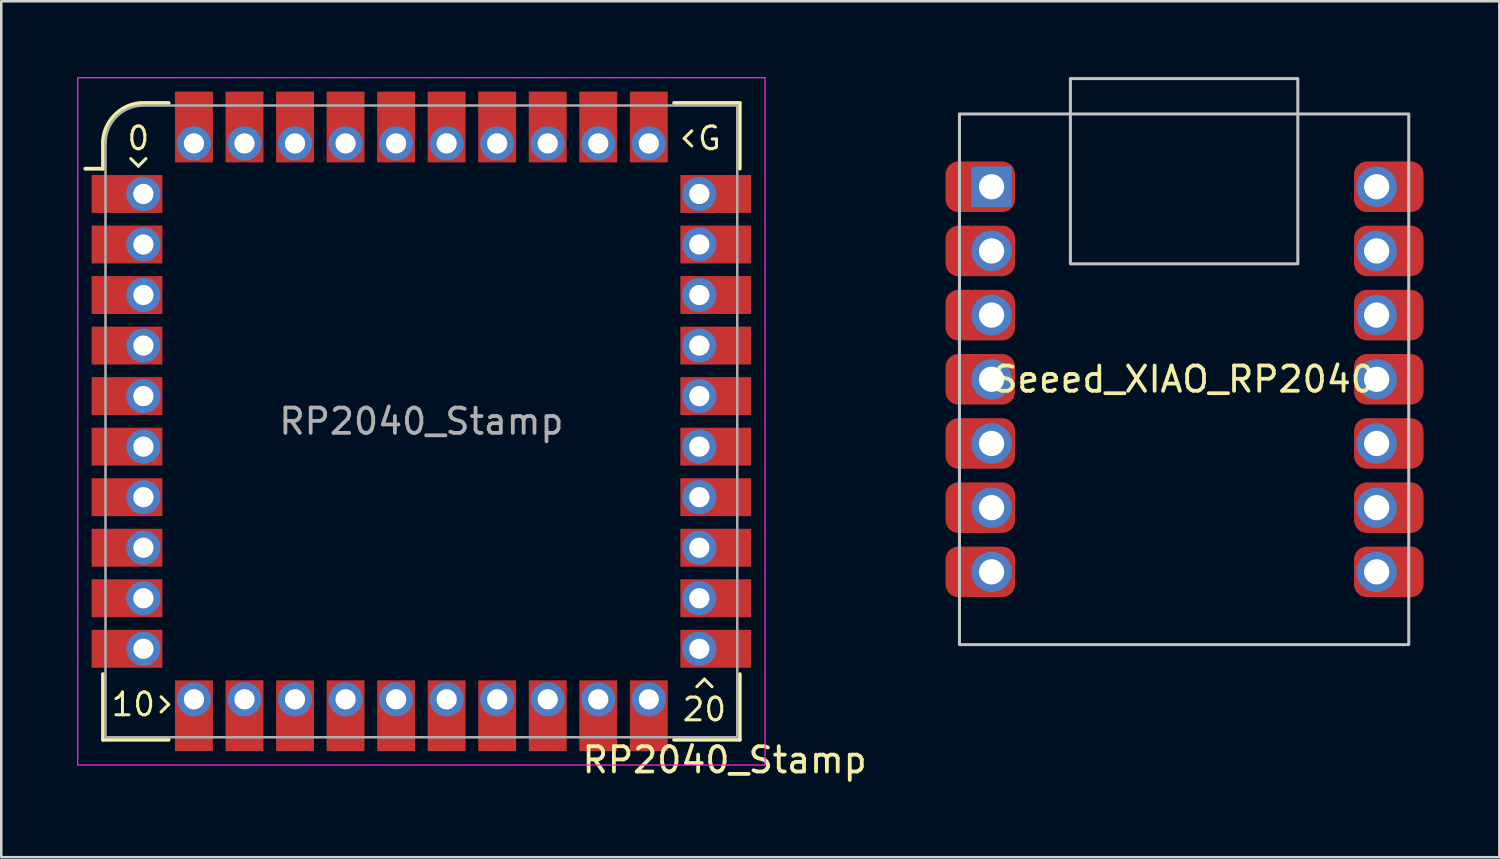
<source format=kicad_pcb>
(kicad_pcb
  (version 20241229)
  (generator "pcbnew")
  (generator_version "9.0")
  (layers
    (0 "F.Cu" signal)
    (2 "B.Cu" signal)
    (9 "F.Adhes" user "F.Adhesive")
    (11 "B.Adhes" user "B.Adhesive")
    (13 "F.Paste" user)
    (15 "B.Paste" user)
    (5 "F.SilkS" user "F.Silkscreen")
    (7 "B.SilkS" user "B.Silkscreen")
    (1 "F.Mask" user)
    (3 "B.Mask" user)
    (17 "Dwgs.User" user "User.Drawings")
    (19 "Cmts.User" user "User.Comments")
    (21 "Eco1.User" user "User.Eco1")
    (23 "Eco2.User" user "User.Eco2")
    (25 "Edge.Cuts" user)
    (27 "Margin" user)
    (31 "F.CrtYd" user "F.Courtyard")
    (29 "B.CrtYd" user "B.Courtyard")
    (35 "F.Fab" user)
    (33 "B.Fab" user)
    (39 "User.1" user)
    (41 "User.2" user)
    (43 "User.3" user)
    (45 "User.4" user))
  (footprint "Seeed_XIAO_RP2040"
    (layer "F.Cu")
    (at 43.809 11.96)
    (property "Reference" "Seeed_XIAO_RP2040" (at 0 0 0) (unlocked yes) (layer "F.SilkS") (effects (font (size 1 1) (thickness 0.15))))
    (attr through_hole)
    (fp_rect (start -8.89 -10.5) (end 8.89 10.5) (stroke (width 0.12) (type solid)) (fill no) (layer "Dwgs.User"))
    (fp_rect (start -4.5 -11.9) (end 4.5 -4.57) (stroke (width 0.12) (type solid)) (fill no) (layer "Dwgs.User"))
    (pad "1" smd roundrect (at -8.065 -7.62) (size 2.75 2) (layers "F.Cu" "F.Mask" "F.Paste") (roundrect_rratio 0.25))
    (pad "1" thru_hole rect (at -7.62 -7.62 90) (size 1.6 1.6) (drill 1) (layers "*.Cu" "*.Mask"))
    (pad "2" smd roundrect (at -8.065 -5.08) (size 2.75 2) (layers "F.Cu" "F.Mask" "F.Paste") (roundrect_rratio 0.25))
    (pad "2" thru_hole circle (at -7.62 -5.08 90) (size 1.6 1.6) (drill 1) (layers "*.Cu" "*.Mask"))
    (pad "3" smd roundrect (at -8.065 -2.54) (size 2.75 2) (layers "F.Cu" "F.Mask" "F.Paste") (roundrect_rratio 0.25))
    (pad "3" thru_hole circle (at -7.62 -2.54 90) (size 1.6 1.6) (drill 1) (layers "*.Cu" "*.Mask"))
    (pad "4" smd roundrect (at -8.065 0) (size 2.75 2) (layers "F.Cu" "F.Mask" "F.Paste") (roundrect_rratio 0.25))
    (pad "4" thru_hole circle (at -7.62 0 90) (size 1.6 1.6) (drill 1) (layers "*.Cu" "*.Mask"))
    (pad "5" smd roundrect (at -8.065 2.54) (size 2.75 2) (layers "F.Cu" "F.Mask" "F.Paste") (roundrect_rratio 0.25))
    (pad "5" thru_hole circle (at -7.62 2.54 90) (size 1.6 1.6) (drill 1) (layers "*.Cu" "*.Mask"))
    (pad "6" smd roundrect (at -8.065 5.08) (size 2.75 2) (layers "F.Cu" "F.Mask" "F.Paste") (roundrect_rratio 0.25))
    (pad "6" thru_hole circle (at -7.62 5.08 90) (size 1.6 1.6) (drill 1) (layers "*.Cu" "*.Mask"))
    (pad "7" smd roundrect (at -8.065 7.62) (size 2.75 2) (layers "F.Cu" "F.Mask" "F.Paste") (roundrect_rratio 0.25))
    (pad "7" thru_hole circle (at -7.62 7.62 90) (size 1.6 1.6) (drill 1) (layers "*.Cu" "*.Mask"))
    (pad "8" thru_hole circle (at 7.62 7.62 90) (size 1.6 1.6) (drill 1) (layers "*.Cu" "*.Mask"))
    (pad "8" smd roundrect (at 8.1 7.62) (size 2.75 2) (layers "F.Cu" "F.Mask" "F.Paste") (roundrect_rratio 0.25))
    (pad "9" thru_hole circle (at 7.62 5.08 90) (size 1.6 1.6) (drill 1) (layers "*.Cu" "*.Mask"))
    (pad "9" smd roundrect (at 8.1 5.08) (size 2.75 2) (layers "F.Cu" "F.Mask" "F.Paste") (roundrect_rratio 0.25))
    (pad "10" thru_hole circle (at 7.62 2.54 90) (size 1.6 1.6) (drill 1) (layers "*.Cu" "*.Mask"))
    (pad "10" smd roundrect (at 8.1 2.54) (size 2.75 2) (layers "F.Cu" "F.Mask" "F.Paste") (roundrect_rratio 0.25))
    (pad "11" thru_hole circle (at 7.62 0 90) (size 1.6 1.6) (drill 1) (layers "*.Cu" "*.Mask"))
    (pad "11" smd roundrect (at 8.1 0) (size 2.75 2) (layers "F.Cu" "F.Mask" "F.Paste") (roundrect_rratio 0.25))
    (pad "12" thru_hole circle (at 7.62 -2.54 90) (size 1.6 1.6) (drill 1) (layers "*.Cu" "*.Mask"))
    (pad "12" smd roundrect (at 8.1 -2.54) (size 2.75 2) (layers "F.Cu" "F.Mask" "F.Paste") (roundrect_rratio 0.25))
    (pad "13" thru_hole circle (at 7.62 -5.08 90) (size 1.6 1.6) (drill 1) (layers "*.Cu" "*.Mask"))
    (pad "13" smd roundrect (at 8.1 -5.08) (size 2.75 2) (layers "F.Cu" "F.Mask" "F.Paste") (roundrect_rratio 0.25))
    (pad "14" thru_hole circle (at 7.62 -7.62 90) (size 1.6 1.6) (drill 1) (layers "*.Cu" "*.Mask"))
    (pad "14" smd roundrect (at 8.1 -7.62) (size 2.75 2) (layers "F.Cu" "F.Mask" "F.Paste") (roundrect_rratio 0.25)))
  (footprint "RP2040_Stamp"
    (layer "F.Cu")
    (at 13.625 13.625)
    (property "Reference" "RP2040_Stamp" (at 12 13.4 0) (unlocked yes) (layer "F.SilkS") (effects (font (size 1 1) (thickness 0.15))))
    (attr through_hole)
    (fp_line (start -12.6 -10) (end -13.3 -10) (stroke (width 0.15) (type solid)) (layer "F.SilkS"))
    (fp_line (start -12.6 -10) (end -12.6 -11.1) (stroke (width 0.15) (type solid)) (layer "F.SilkS"))
    (fp_line (start -12.6 12.6) (end -12.6 10) (stroke (width 0.15) (type solid)) (layer "F.SilkS"))
    (fp_line (start -11.5 -10.4) (end -11.2 -10.1) (stroke (width 0.12) (type solid)) (layer "F.SilkS"))
    (fp_line (start -11.2 -10.1) (end -10.9 -10.4) (stroke (width 0.12) (type solid)) (layer "F.SilkS"))
    (fp_line (start -11.1 -12.6) (end -10 -12.6) (stroke (width 0.15) (type solid)) (layer "F.SilkS"))
    (fp_line (start -10.3 11.5) (end -10 11.2) (stroke (width 0.12) (type solid)) (layer "F.SilkS"))
    (fp_line (start -10 11.2) (end -10.3 10.9) (stroke (width 0.12) (type solid)) (layer "F.SilkS"))
    (fp_line (start -10 12.6) (end -12.6 12.6) (stroke (width 0.15) (type solid)) (layer "F.SilkS"))
    (fp_line (start 10 -12.6) (end 12.6 -12.6) (stroke (width 0.15) (type solid)) (layer "F.SilkS"))
    (fp_line (start 10.4 -11.2) (end 10.7 -10.9) (stroke (width 0.12) (type solid)) (layer "F.SilkS"))
    (fp_line (start 10.7 -11.5) (end 10.4 -11.2) (stroke (width 0.12) (type solid)) (layer "F.SilkS"))
    (fp_line (start 11.2 10.2) (end 10.9 10.5) (stroke (width 0.12) (type solid)) (layer "F.SilkS"))
    (fp_line (start 11.5 10.5) (end 11.2 10.2) (stroke (width 0.12) (type solid)) (layer "F.SilkS"))
    (fp_line (start 12.6 -12.6) (end 12.6 -10) (stroke (width 0.15) (type solid)) (layer "F.SilkS"))
    (fp_line (start 12.6 10) (end 12.6 12.6) (stroke (width 0.15) (type solid)) (layer "F.SilkS"))
    (fp_line (start 12.6 12.6) (end 10 12.6) (stroke (width 0.15) (type solid)) (layer "F.SilkS"))
    (fp_arc (start -12.6 -11.1) (mid -12.129432 -12.129432) (end -11.1 -12.6) (stroke (width 0.15) (type solid)) (layer "F.SilkS"))
    (fp_rect (start -13.6 -13.6) (end 13.6 13.6) (stroke (width 0.05) (type solid)) (fill no) (layer "F.CrtYd"))
    (fp_line (start -12.5 12.5) (end -12.5 -11) (stroke (width 0.1) (type solid)) (layer "F.Fab"))
    (fp_line (start -11 -12.5) (end 12.5 -12.5) (stroke (width 0.1) (type solid)) (layer "F.Fab"))
    (fp_line (start 12.5 -12.5) (end 12.5 12.5) (stroke (width 0.1) (type solid)) (layer "F.Fab"))
    (fp_line (start 12.5 12.5) (end -12.5 12.5) (stroke (width 0.1) (type solid)) (layer "F.Fab"))
    (fp_arc (start -12.500003 -11.000003) (mid -12.060661 -12.060662) (end -11 -12.5) (stroke (width 0.1) (type solid)) (layer "F.Fab"))
    (fp_text user "20" (at 11.2 11.4 0) (unlocked yes) (layer "F.SilkS") (effects (font (size 0.9 0.9) (thickness 0.12))))
    (fp_text user "G" (at 11.4 -11.2 0) (unlocked yes) (layer "F.SilkS") (effects (font (size 0.9 0.9) (thickness 0.12))))
    (fp_text user "0" (at -11.2 -11.2 0) (unlocked yes) (layer "F.SilkS") (effects (font (size 0.9 0.9) (thickness 0.12))))
    (fp_text user "10" (at -11.4 11.2 0) (unlocked yes) (layer "F.SilkS") (effects (font (size 0.9 0.9) (thickness 0.12))))
    (fp_text user "${REFERENCE}" (at 0 0 0) (unlocked yes) (layer "F.Fab") (effects (font (size 1 1) (thickness 0.15))))
    (pad "1" smd rect (at -11.65 -9) (size 2.8 1.5) (layers "F.Cu" "F.Mask" "F.Paste"))
    (pad "1" thru_hole circle (at -11 -9) (size 1.35 1.35) (drill 0.8) (layers "*.Cu" "*.Mask"))
    (pad "2" smd rect (at -11.65 -7) (size 2.8 1.5) (layers "F.Cu" "F.Mask" "F.Paste"))
    (pad "2" thru_hole oval (at -11 -7) (size 1.35 1.35) (drill 0.8) (layers "*.Cu" "*.Mask"))
    (pad "3" smd rect (at -11.65 -5) (size 2.8 1.5) (layers "F.Cu" "F.Mask" "F.Paste"))
    (pad "3" thru_hole oval (at -11 -5) (size 1.35 1.35) (drill 0.8) (layers "*.Cu" "*.Mask"))
    (pad "4" smd rect (at -11.65 -3) (size 2.8 1.5) (layers "F.Cu" "F.Mask" "F.Paste"))
    (pad "4" thru_hole oval (at -11 -3) (size 1.35 1.35) (drill 0.8) (layers "*.Cu" "*.Mask"))
    (pad "5" smd rect (at -11.65 -1) (size 2.8 1.5) (layers "F.Cu" "F.Mask" "F.Paste"))
    (pad "5" thru_hole oval (at -11 -1) (size 1.35 1.35) (drill 0.8) (layers "*.Cu" "*.Mask"))
    (pad "6" smd rect (at -11.65 1) (size 2.8 1.5) (layers "F.Cu" "F.Mask" "F.Paste"))
    (pad "6" thru_hole oval (at -11 1) (size 1.35 1.35) (drill 0.8) (layers "*.Cu" "*.Mask"))
    (pad "7" smd rect (at -11.65 3) (size 2.8 1.5) (layers "F.Cu" "F.Mask" "F.Paste"))
    (pad "7" thru_hole oval (at -11 3) (size 1.35 1.35) (drill 0.8) (layers "*.Cu" "*.Mask"))
    (pad "8" smd rect (at -11.65 5) (size 2.8 1.5) (layers "F.Cu" "F.Mask" "F.Paste"))
    (pad "8" thru_hole oval (at -11 5) (size 1.35 1.35) (drill 0.8) (layers "*.Cu" "*.Mask"))
    (pad "9" smd rect (at -11.65 7) (size 2.8 1.5) (layers "F.Cu" "F.Mask" "F.Paste"))
    (pad "9" thru_hole oval (at -11 7) (size 1.35 1.35) (drill 0.8) (layers "*.Cu" "*.Mask"))
    (pad "10" smd rect (at -11.65 9) (size 2.8 1.5) (layers "F.Cu" "F.Mask" "F.Paste"))
    (pad "10" thru_hole oval (at -11 9) (size 1.35 1.35) (drill 0.8) (layers "*.Cu" "*.Mask"))
    (pad "11" thru_hole oval (at -9 11) (size 1.35 1.35) (drill 0.8) (layers "*.Cu" "*.Mask"))
    (pad "11" smd rect (at -9 11.65 270) (size 2.8 1.5) (layers "F.Cu" "F.Mask" "F.Paste"))
    (pad "12" thru_hole oval (at -7 11) (size 1.35 1.35) (drill 0.8) (layers "*.Cu" "*.Mask"))
    (pad "12" smd rect (at -7 11.65 270) (size 2.8 1.5) (layers "F.Cu" "F.Mask" "F.Paste"))
    (pad "13" thru_hole oval (at -5 11) (size 1.35 1.35) (drill 0.8) (layers "*.Cu" "*.Mask"))
    (pad "13" smd rect (at -5 11.65 270) (size 2.8 1.5) (layers "F.Cu" "F.Mask" "F.Paste"))
    (pad "14" thru_hole oval (at -3 11) (size 1.35 1.35) (drill 0.8) (layers "*.Cu" "*.Mask"))
    (pad "14" smd rect (at -3 11.65 270) (size 2.8 1.5) (layers "F.Cu" "F.Mask" "F.Paste"))
    (pad "15" thru_hole oval (at -1 11) (size 1.35 1.35) (drill 0.8) (layers "*.Cu" "*.Mask"))
    (pad "15" smd rect (at -1 11.65 270) (size 2.8 1.5) (layers "F.Cu" "F.Mask" "F.Paste"))
    (pad "16" thru_hole oval (at 1 11) (size 1.35 1.35) (drill 0.8) (layers "*.Cu" "*.Mask"))
    (pad "16" smd rect (at 1 11.65 270) (size 2.8 1.5) (layers "F.Cu" "F.Mask" "F.Paste"))
    (pad "17" thru_hole oval (at 3 11) (size 1.35 1.35) (drill 0.8) (layers "*.Cu" "*.Mask"))
    (pad "17" smd rect (at 3 11.65 270) (size 2.8 1.5) (layers "F.Cu" "F.Mask" "F.Paste"))
    (pad "18" thru_hole oval (at 5 11) (size 1.35 1.35) (drill 0.8) (layers "*.Cu" "*.Mask"))
    (pad "18" smd rect (at 5 11.65 270) (size 2.8 1.5) (layers "F.Cu" "F.Mask" "F.Paste"))
    (pad "19" thru_hole oval (at 7 11) (size 1.35 1.35) (drill 0.8) (layers "*.Cu" "*.Mask"))
    (pad "19" smd rect (at 7 11.65 270) (size 2.8 1.5) (layers "F.Cu" "F.Mask" "F.Paste"))
    (pad "20" thru_hole oval (at 9 11) (size 1.35 1.35) (drill 0.8) (layers "*.Cu" "*.Mask"))
    (pad "20" smd rect (at 9 11.65 270) (size 2.8 1.5) (layers "F.Cu" "F.Mask" "F.Paste"))
    (pad "21" thru_hole oval (at 11 9) (size 1.35 1.35) (drill 0.8) (layers "*.Cu" "*.Mask"))
    (pad "21" smd rect (at 11.65 9) (size 2.8 1.5) (layers "F.Cu" "F.Mask" "F.Paste"))
    (pad "22" thru_hole oval (at 11 7) (size 1.35 1.35) (drill 0.8) (layers "*.Cu" "*.Mask"))
    (pad "22" smd rect (at 11.65 7) (size 2.8 1.5) (layers "F.Cu" "F.Mask" "F.Paste"))
    (pad "23" thru_hole oval (at 11 5) (size 1.35 1.35) (drill 0.8) (layers "*.Cu" "*.Mask"))
    (pad "23" smd rect (at 11.65 5) (size 2.8 1.5) (layers "F.Cu" "F.Mask" "F.Paste"))
    (pad "24" thru_hole oval (at 11 3) (size 1.35 1.35) (drill 0.8) (layers "*.Cu" "*.Mask"))
    (pad "24" smd rect (at 11.65 3) (size 2.8 1.5) (layers "F.Cu" "F.Mask" "F.Paste"))
    (pad "25" thru_hole oval (at 11 1) (size 1.35 1.35) (drill 0.8) (layers "*.Cu" "*.Mask"))
    (pad "25" smd rect (at 11.65 1) (size 2.8 1.5) (layers "F.Cu" "F.Mask" "F.Paste"))
    (pad "26" thru_hole oval (at 11 -1) (size 1.35 1.35) (drill 0.8) (layers "*.Cu" "*.Mask"))
    (pad "26" smd rect (at 11.65 -1) (size 2.8 1.5) (layers "F.Cu" "F.Mask" "F.Paste"))
    (pad "27" thru_hole oval (at 11 -3) (size 1.35 1.35) (drill 0.8) (layers "*.Cu" "*.Mask"))
    (pad "27" smd rect (at 11.65 -3) (size 2.8 1.5) (layers "F.Cu" "F.Mask" "F.Paste"))
    (pad "28" thru_hole oval (at 11 -5) (size 1.35 1.35) (drill 0.8) (layers "*.Cu" "*.Mask"))
    (pad "28" smd rect (at 11.65 -5) (size 2.8 1.5) (layers "F.Cu" "F.Mask" "F.Paste"))
    (pad "29" thru_hole oval (at 11 -7) (size 1.35 1.35) (drill 0.8) (layers "*.Cu" "*.Mask"))
    (pad "29" smd rect (at 11.65 -7) (size 2.8 1.5) (layers "F.Cu" "F.Mask" "F.Paste"))
    (pad "30" thru_hole oval (at 11 -9) (size 1.35 1.35) (drill 0.8) (layers "*.Cu" "*.Mask"))
    (pad "30" smd rect (at 11.65 -9) (size 2.8 1.5) (layers "F.Cu" "F.Mask" "F.Paste"))
    (pad "31" smd rect (at 9 -11.65 270) (size 2.8 1.5) (layers "F.Cu" "F.Mask" "F.Paste"))
    (pad "31" thru_hole oval (at 9 -11) (size 1.35 1.35) (drill 0.8) (layers "*.Cu" "*.Mask"))
    (pad "32" smd rect (at 7 -11.65 270) (size 2.8 1.5) (layers "F.Cu" "F.Mask" "F.Paste"))
    (pad "32" thru_hole oval (at 7 -11) (size 1.35 1.35) (drill 0.8) (layers "*.Cu" "*.Mask"))
    (pad "33" smd rect (at 5 -11.65 270) (size 2.8 1.5) (layers "F.Cu" "F.Mask" "F.Paste"))
    (pad "33" thru_hole oval (at 5 -11) (size 1.35 1.35) (drill 0.8) (layers "*.Cu" "*.Mask"))
    (pad "34" smd rect (at 3 -11.65 270) (size 2.8 1.5) (layers "F.Cu" "F.Mask" "F.Paste"))
    (pad "34" thru_hole oval (at 3 -11) (size 1.35 1.35) (drill 0.8) (layers "*.Cu" "*.Mask"))
    (pad "35" smd rect (at 1 -11.65 270) (size 2.8 1.5) (layers "F.Cu" "F.Mask" "F.Paste"))
    (pad "35" thru_hole oval (at 1 -11) (size 1.35 1.35) (drill 0.8) (layers "*.Cu" "*.Mask"))
    (pad "36" smd rect (at -1 -11.65 270) (size 2.8 1.5) (layers "F.Cu" "F.Mask" "F.Paste"))
    (pad "36" thru_hole oval (at -1 -11) (size 1.35 1.35) (drill 0.8) (layers "*.Cu" "*.Mask"))
    (pad "37" smd rect (at -3 -11.65 270) (size 2.8 1.5) (layers "F.Cu" "F.Mask" "F.Paste"))
    (pad "37" thru_hole oval (at -3 -11) (size 1.35 1.35) (drill 0.8) (layers "*.Cu" "*.Mask"))
    (pad "38" smd rect (at -5 -11.65 270) (size 2.8 1.5) (layers "F.Cu" "F.Mask" "F.Paste"))
    (pad "38" thru_hole oval (at -5 -11) (size 1.35 1.35) (drill 0.8) (layers "*.Cu" "*.Mask"))
    (pad "39" smd rect (at -7 -11.65 270) (size 2.8 1.5) (layers "F.Cu" "F.Mask" "F.Paste"))
    (pad "39" thru_hole oval (at -7 -11) (size 1.35 1.35) (drill 0.8) (layers "*.Cu" "*.Mask"))
    (pad "40" smd rect (at -9 -11.65 270) (size 2.8 1.5) (layers "F.Cu" "F.Mask" "F.Paste"))
    (pad "40" thru_hole oval (at -9 -11) (size 1.35 1.35) (drill 0.8) (layers "*.Cu" "*.Mask")))
  (gr_rect
    (start -3 -3)
    (end 56.284 30.873)
    (stroke (width 0.1) (type default))
    (fill no)
    (layer "Edge.Cuts")))
</source>
